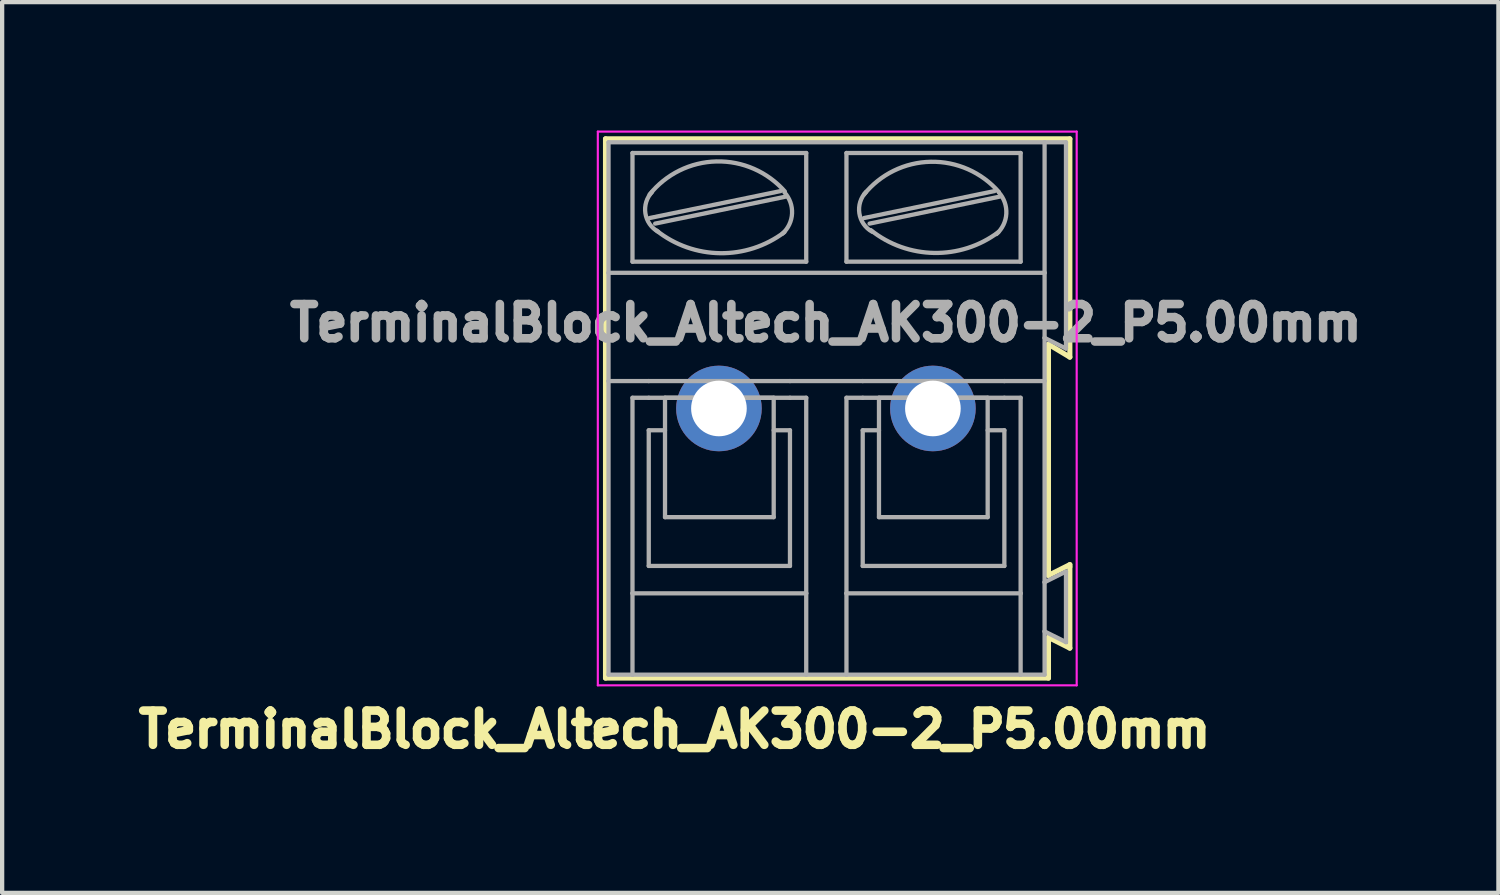
<source format=kicad_pcb>
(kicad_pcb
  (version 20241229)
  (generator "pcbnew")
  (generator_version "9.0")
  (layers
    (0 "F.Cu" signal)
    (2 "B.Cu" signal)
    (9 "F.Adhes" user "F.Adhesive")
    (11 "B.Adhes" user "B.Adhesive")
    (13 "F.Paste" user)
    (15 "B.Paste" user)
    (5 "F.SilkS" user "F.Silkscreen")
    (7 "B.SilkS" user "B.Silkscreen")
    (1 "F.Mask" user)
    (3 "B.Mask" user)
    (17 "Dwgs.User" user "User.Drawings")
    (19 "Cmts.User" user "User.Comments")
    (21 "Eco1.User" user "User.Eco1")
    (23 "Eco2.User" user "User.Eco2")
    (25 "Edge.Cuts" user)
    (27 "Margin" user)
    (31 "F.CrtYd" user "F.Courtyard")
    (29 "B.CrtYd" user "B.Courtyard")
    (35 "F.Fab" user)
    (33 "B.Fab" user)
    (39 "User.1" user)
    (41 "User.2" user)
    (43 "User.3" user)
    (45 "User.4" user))
  (footprint "TerminalBlock_Altech_AK300-2_P5.00mm"
    (layer "F.Cu")
    (at 13.75 6.495)
    (property "Reference" "TerminalBlock_Altech_AK300-2_P5.00mm" (at -1.035 7.5 0) (layer "F.SilkS") (effects (font (size 0.8 0.8) (thickness 0.2) (bold yes))))
    (attr through_hole)
    (fp_line (start -2.65 -6.3) (end -2.65 6.3) (stroke (width 0.12) (type solid)) (layer "F.SilkS"))
    (fp_line (start -2.65 6.3) (end 7.7 6.3) (stroke (width 0.12) (type solid)) (layer "F.SilkS"))
    (fp_line (start 7.7 -1.5) (end 8.2 -1.2) (stroke (width 0.12) (type solid)) (layer "F.SilkS"))
    (fp_line (start 7.7 3.9) (end 7.7 -1.5) (stroke (width 0.12) (type solid)) (layer "F.SilkS"))
    (fp_line (start 7.7 5.35) (end 8.2 5.6) (stroke (width 0.12) (type solid)) (layer "F.SilkS"))
    (fp_line (start 7.7 6.3) (end 7.7 5.35) (stroke (width 0.12) (type solid)) (layer "F.SilkS"))
    (fp_line (start 8.2 -6.3) (end -2.65 -6.3) (stroke (width 0.12) (type solid)) (layer "F.SilkS"))
    (fp_line (start 8.2 -1.2) (end 8.2 -6.3) (stroke (width 0.12) (type solid)) (layer "F.SilkS"))
    (fp_line (start 8.2 3.65) (end 7.7 3.9) (stroke (width 0.12) (type solid)) (layer "F.SilkS"))
    (fp_line (start 8.2 3.7) (end 8.2 3.65) (stroke (width 0.12) (type solid)) (layer "F.SilkS"))
    (fp_line (start 8.2 5.6) (end 8.2 3.7) (stroke (width 0.12) (type solid)) (layer "F.SilkS"))
    (fp_line (start -2.83 -6.47) (end -2.83 6.47) (stroke (width 0.05) (type solid)) (layer "F.CrtYd"))
    (fp_line (start -2.83 -6.47) (end 8.36 -6.47) (stroke (width 0.05) (type solid)) (layer "F.CrtYd"))
    (fp_line (start 8.36 6.47) (end -2.83 6.47) (stroke (width 0.05) (type solid)) (layer "F.CrtYd"))
    (fp_line (start 8.36 6.47) (end 8.36 -6.47) (stroke (width 0.05) (type solid)) (layer "F.CrtYd"))
    (fp_line (start -2.58 -3.17) (end -2.58 -6.22) (stroke (width 0.1) (type solid)) (layer "F.Fab"))
    (fp_line (start -2.58 -3.17) (end 7.61 -3.17) (stroke (width 0.1) (type solid)) (layer "F.Fab"))
    (fp_line (start -2.58 -0.64) (end -2.58 -3.17) (stroke (width 0.1) (type solid)) (layer "F.Fab"))
    (fp_line (start -2.58 -0.64) (end -1.64 -0.64) (stroke (width 0.1) (type solid)) (layer "F.Fab"))
    (fp_line (start -2.58 6.22) (end -2.58 -0.64) (stroke (width 0.1) (type solid)) (layer "F.Fab"))
    (fp_line (start -2.58 6.22) (end -2.02 6.22) (stroke (width 0.1) (type solid)) (layer "F.Fab"))
    (fp_line (start -2.02 -3.43) (end -2.02 -5.97) (stroke (width 0.1) (type solid)) (layer "F.Fab"))
    (fp_line (start -2.02 -0.25) (end -2.02 4.32) (stroke (width 0.1) (type solid)) (layer "F.Fab"))
    (fp_line (start -2.02 -0.25) (end -1.64 -0.25) (stroke (width 0.1) (type solid)) (layer "F.Fab"))
    (fp_line (start -2.02 4.32) (end -2.02 6.22) (stroke (width 0.1) (type solid)) (layer "F.Fab"))
    (fp_line (start -2.02 6.22) (end 2.04 6.22) (stroke (width 0.1) (type solid)) (layer "F.Fab"))
    (fp_line (start -1.64 -0.64) (end 1.66 -0.64) (stroke (width 0.1) (type solid)) (layer "F.Fab"))
    (fp_line (start -1.64 0.51) (end -1.26 0.51) (stroke (width 0.1) (type solid)) (layer "F.Fab"))
    (fp_line (start -1.64 3.68) (end -1.64 0.51) (stroke (width 0.1) (type solid)) (layer "F.Fab"))
    (fp_line (start -1.62 -4.45) (end 1.44 -5.08) (stroke (width 0.1) (type solid)) (layer "F.Fab"))
    (fp_line (start -1.49 -4.32) (end 1.56 -4.95) (stroke (width 0.1) (type solid)) (layer "F.Fab"))
    (fp_line (start -1.26 -0.25) (end 1.28 -0.25) (stroke (width 0.1) (type solid)) (layer "F.Fab"))
    (fp_line (start -1.26 2.54) (end -1.26 -0.25) (stroke (width 0.1) (type solid)) (layer "F.Fab"))
    (fp_line (start -1.26 2.54) (end 1.28 2.54) (stroke (width 0.1) (type solid)) (layer "F.Fab"))
    (fp_line (start 1.28 2.54) (end 1.28 -0.25) (stroke (width 0.1) (type solid)) (layer "F.Fab"))
    (fp_line (start 1.66 -0.64) (end 3.36 -0.64) (stroke (width 0.1) (type solid)) (layer "F.Fab"))
    (fp_line (start 1.66 -0.25) (end -1.64 -0.25) (stroke (width 0.1) (type solid)) (layer "F.Fab"))
    (fp_line (start 1.66 0.51) (end 1.28 0.51) (stroke (width 0.1) (type solid)) (layer "F.Fab"))
    (fp_line (start 1.66 3.68) (end -1.64 3.68) (stroke (width 0.1) (type solid)) (layer "F.Fab"))
    (fp_line (start 1.66 3.68) (end 1.66 0.51) (stroke (width 0.1) (type solid)) (layer "F.Fab"))
    (fp_line (start 2.04 -5.97) (end -2.02 -5.97) (stroke (width 0.1) (type solid)) (layer "F.Fab"))
    (fp_line (start 2.04 -3.43) (end -2.02 -3.43) (stroke (width 0.1) (type solid)) (layer "F.Fab"))
    (fp_line (start 2.04 -3.43) (end 2.04 -5.97) (stroke (width 0.1) (type solid)) (layer "F.Fab"))
    (fp_line (start 2.04 -0.25) (end 1.66 -0.25) (stroke (width 0.1) (type solid)) (layer "F.Fab"))
    (fp_line (start 2.04 4.32) (end -2.02 4.32) (stroke (width 0.1) (type solid)) (layer "F.Fab"))
    (fp_line (start 2.04 4.32) (end 2.04 -0.25) (stroke (width 0.1) (type solid)) (layer "F.Fab"))
    (fp_line (start 2.04 6.22) (end 2.04 4.32) (stroke (width 0.1) (type solid)) (layer "F.Fab"))
    (fp_line (start 2.04 6.22) (end 2.98 6.22) (stroke (width 0.1) (type solid)) (layer "F.Fab"))
    (fp_line (start 2.98 -5.97) (end 7.05 -5.97) (stroke (width 0.1) (type solid)) (layer "F.Fab"))
    (fp_line (start 2.98 -3.43) (end 2.98 -5.97) (stroke (width 0.1) (type solid)) (layer "F.Fab"))
    (fp_line (start 2.98 -0.25) (end 3.36 -0.25) (stroke (width 0.1) (type solid)) (layer "F.Fab"))
    (fp_line (start 2.98 4.32) (end 2.98 -0.25) (stroke (width 0.1) (type solid)) (layer "F.Fab"))
    (fp_line (start 2.98 4.32) (end 7.05 4.32) (stroke (width 0.1) (type solid)) (layer "F.Fab"))
    (fp_line (start 2.98 6.22) (end 2.98 4.32) (stroke (width 0.1) (type solid)) (layer "F.Fab"))
    (fp_line (start 2.98 6.22) (end 7.05 6.22) (stroke (width 0.1) (type solid)) (layer "F.Fab"))
    (fp_line (start 3.36 -0.25) (end 6.67 -0.25) (stroke (width 0.1) (type solid)) (layer "F.Fab"))
    (fp_line (start 3.36 0.51) (end 3.74 0.51) (stroke (width 0.1) (type solid)) (layer "F.Fab"))
    (fp_line (start 3.36 3.68) (end 3.36 0.51) (stroke (width 0.1) (type solid)) (layer "F.Fab"))
    (fp_line (start 3.39 -4.45) (end 6.44 -5.08) (stroke (width 0.1) (type solid)) (layer "F.Fab"))
    (fp_line (start 3.52 -4.32) (end 6.56 -4.95) (stroke (width 0.1) (type solid)) (layer "F.Fab"))
    (fp_line (start 3.74 -0.25) (end 6.28 -0.25) (stroke (width 0.1) (type solid)) (layer "F.Fab"))
    (fp_line (start 3.74 2.54) (end 3.74 -0.25) (stroke (width 0.1) (type solid)) (layer "F.Fab"))
    (fp_line (start 3.74 2.54) (end 6.28 2.54) (stroke (width 0.1) (type solid)) (layer "F.Fab"))
    (fp_line (start 6.28 2.54) (end 6.28 -0.25) (stroke (width 0.1) (type solid)) (layer "F.Fab"))
    (fp_line (start 6.67 -0.64) (end 3.36 -0.64) (stroke (width 0.1) (type solid)) (layer "F.Fab"))
    (fp_line (start 6.67 0.51) (end 6.28 0.51) (stroke (width 0.1) (type solid)) (layer "F.Fab"))
    (fp_line (start 6.67 3.68) (end 3.36 3.68) (stroke (width 0.1) (type solid)) (layer "F.Fab"))
    (fp_line (start 6.67 3.68) (end 6.67 0.51) (stroke (width 0.1) (type solid)) (layer "F.Fab"))
    (fp_line (start 7.05 -5.97) (end 7.05 -3.43) (stroke (width 0.1) (type solid)) (layer "F.Fab"))
    (fp_line (start 7.05 -3.43) (end 2.98 -3.43) (stroke (width 0.1) (type solid)) (layer "F.Fab"))
    (fp_line (start 7.05 -0.25) (end 6.67 -0.25) (stroke (width 0.1) (type solid)) (layer "F.Fab"))
    (fp_line (start 7.05 -0.25) (end 7.05 4.32) (stroke (width 0.1) (type solid)) (layer "F.Fab"))
    (fp_line (start 7.05 4.32) (end 7.05 6.22) (stroke (width 0.1) (type solid)) (layer "F.Fab"))
    (fp_line (start 7.05 6.22) (end 7.61 6.22) (stroke (width 0.1) (type solid)) (layer "F.Fab"))
    (fp_line (start 7.61 -6.22) (end -2.58 -6.22) (stroke (width 0.1) (type solid)) (layer "F.Fab"))
    (fp_line (start 7.61 -6.22) (end 7.61 -3.17) (stroke (width 0.1) (type solid)) (layer "F.Fab"))
    (fp_line (start 7.61 -6.22) (end 8.11 -6.22) (stroke (width 0.1) (type solid)) (layer "F.Fab"))
    (fp_line (start 7.61 -3.17) (end 7.61 -1.65) (stroke (width 0.1) (type solid)) (layer "F.Fab"))
    (fp_line (start 7.61 -1.65) (end 7.61 -0.64) (stroke (width 0.1) (type solid)) (layer "F.Fab"))
    (fp_line (start 7.61 -0.64) (end 6.67 -0.64) (stroke (width 0.1) (type solid)) (layer "F.Fab"))
    (fp_line (start 7.61 -0.64) (end 7.61 4.06) (stroke (width 0.1) (type solid)) (layer "F.Fab"))
    (fp_line (start 7.61 4.06) (end 7.61 5.21) (stroke (width 0.1) (type solid)) (layer "F.Fab"))
    (fp_line (start 7.61 5.21) (end 7.61 6.22) (stroke (width 0.1) (type solid)) (layer "F.Fab"))
    (fp_line (start 8.11 -6.22) (end 8.11 -1.4) (stroke (width 0.1) (type solid)) (layer "F.Fab"))
    (fp_line (start 8.11 -1.4) (end 7.61 -1.65) (stroke (width 0.1) (type solid)) (layer "F.Fab"))
    (fp_line (start 8.11 3.81) (end 7.61 4.06) (stroke (width 0.1) (type solid)) (layer "F.Fab"))
    (fp_line (start 8.11 3.81) (end 8.11 5.46) (stroke (width 0.1) (type solid)) (layer "F.Fab"))
    (fp_line (start 8.11 5.46) (end 7.61 5.21) (stroke (width 0.1) (type solid)) (layer "F.Fab"))
    (fp_arc (start -1.62 -5) (mid -0.05669 -5.772528) (end 1.539976 -5.071534) (stroke (width 0.1) (type solid)) (layer "F.Fab"))
    (fp_arc (start -1.42 -4.13) (mid -1.718466 -4.559406) (end -1.562972 -5.058699) (stroke (width 0.1) (type solid)) (layer "F.Fab"))
    (fp_arc (start 1.53 -5.05) (mid 1.708693 -4.558754) (end 1.485619 -4.086005) (stroke (width 0.1) (type solid)) (layer "F.Fab"))
    (fp_arc (start 1.53 -4.12) (mid 0.02849 -3.628196) (end -1.459829 -4.158582) (stroke (width 0.1) (type solid)) (layer "F.Fab"))
    (fp_arc (start 3.39 -5) (mid 4.949737 -5.764867) (end 6.538239 -5.061686) (stroke (width 0.1) (type solid)) (layer "F.Fab"))
    (fp_arc (start 3.58 -4.13) (mid 3.281534 -4.559406) (end 3.437028 -5.058699) (stroke (width 0.1) (type solid)) (layer "F.Fab"))
    (fp_arc (start 6.53 -4.12) (mid 5.030583 -3.634318) (end 3.547667 -4.168263) (stroke (width 0.1) (type solid)) (layer "F.Fab"))
    (fp_arc (start 6.54 -5.05) (mid 6.715733 -4.551652) (end 6.485532 -4.076005) (stroke (width 0.1) (type solid)) (layer "F.Fab"))
    (fp_text user "${REFERENCE}" (at 2.5 -2 0) (layer "F.Fab") (effects (font (size 0.8 0.8) (thickness 0.2) (bold yes))))
    (pad "1" thru_hole circle (at 0 0) (size 2 2) (drill 1.3) (layers "*.Cu" "*.Mask"))
    (pad "2" thru_hole circle (at 5 0) (size 2 2) (drill 1.3) (layers "*.Cu" "*.Mask")))
  (gr_rect
    (start -3 -3)
    (end 31.965 17.814)
    (stroke (width 0.1) (type default))
    (fill no)
    (layer "Edge.Cuts")))
</source>
